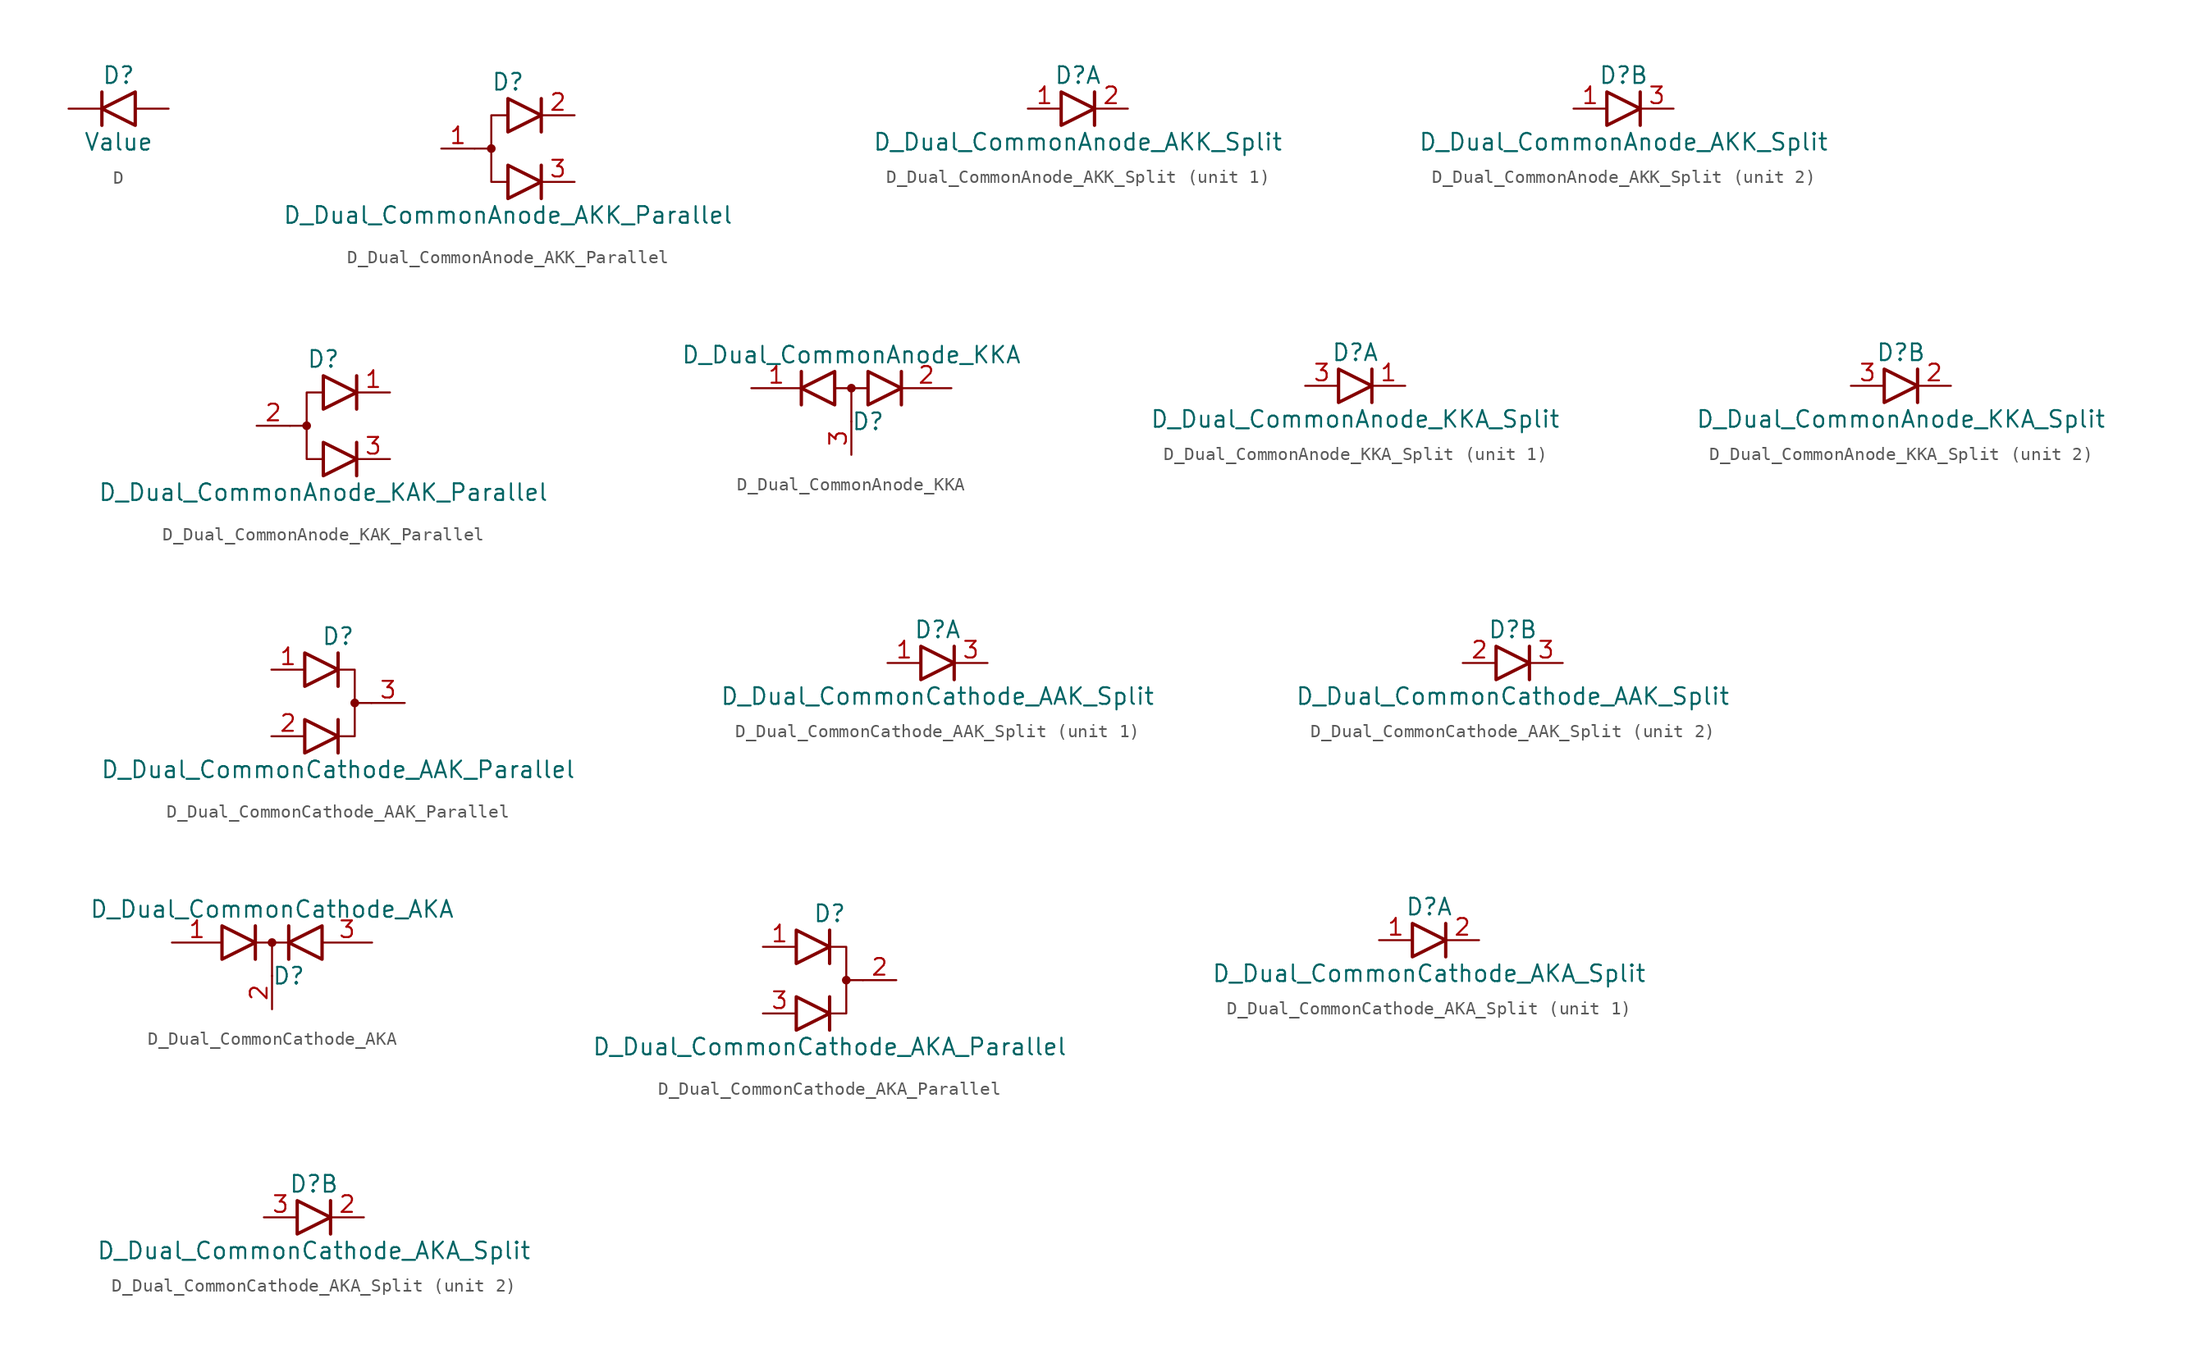
<source format=kicad_sym>
(kicad_symbol_lib
  (version 20241209)
  (generator "kicad_symbol_editor")
  (generator_version "9.0")
  (symbol "D"
    (pin_numbers
      (hide yes))
    (pin_names
      (offset 1.016)
      (hide yes))
    (property "Reference" "D"
      (at 0 2.54 0)
      (effects (font (size 1.27 1.27))))
    (property "Value" "Value"
      (at 0 -2.54 0)
      (effects (font (size 1.27 1.27))))
    (symbol "D_0_1"
      (polyline (pts (xy -1.27 1.27) (xy -1.27 -1.27)) (stroke (width 0.254) (type default)) (fill (type none)))
      (polyline (pts (xy 1.27 1.27) (xy 1.27 -1.27) (xy -1.27 0) (xy 1.27 1.27)) (stroke (width 0.254) (type default)) (fill (type none))))
    (symbol "D_1_1"
      (pin passive line (at -3.81 0 0) (length 2.54) (name "K" (effects (font (size 1.27 1.27)))) (number "1" (effects (font (size 1.27 1.27)))))
      (pin passive line (at 3.81 0 180) (length 2.54) (name "A" (effects (font (size 1.27 1.27)))) (number "2" (effects (font (size 1.27 1.27)))))))
  (symbol "D_Dual_CommonAnode_AKK_Parallel"
    (pin_names
      (offset 0.762)
      (hide yes))
    (property "Reference" "D"
      (at 0 5.08 0)
      (effects (font (size 1.27 1.27))))
    (property "Value" "D_Dual_CommonAnode_AKK_Parallel"
      (at 0 -5.08 0)
      (effects (font (size 1.27 1.27))))
    (symbol "D_Dual_CommonAnode_AKK_Parallel_0_0"
      (polyline (pts (xy 2.54 3.81) (xy 2.54 1.27)) (stroke (width 0.254) (type default)) (fill (type none)))
      (polyline (pts (xy 2.54 -1.27) (xy 2.54 -3.81)) (stroke (width 0.254) (type default)) (fill (type none))))
    (symbol "D_Dual_CommonAnode_AKK_Parallel_0_1"
      (circle (center -1.27 0) (radius 0.254) (stroke (width 0) (type default)) (fill (type outline)))
      (polyline (pts (xy -1.27 0) (xy -2.54 0)) (stroke (width 0) (type default)) (fill (type none)))
      (polyline (pts (xy 0 3.81) (xy 2.54 2.54) (xy 0 1.27) (xy 0 3.81) (xy 0 3.81) (xy 0 3.81)) (stroke (width 0.254) (type default)) (fill (type none)))
      (polyline (pts (xy 0 2.54) (xy -1.27 2.54) (xy -1.27 -2.54) (xy 0 -2.54)) (stroke (width 0) (type default)) (fill (type none)))
      (polyline (pts (xy 0 -1.27) (xy 2.54 -2.54) (xy 0 -3.81) (xy 0 -1.27) (xy 0 -1.27) (xy 0 -1.27)) (stroke (width 0.254) (type default)) (fill (type none)))
      (pin passive line (at -5.08 0 0) (length 2.54) (name "A" (effects (font (size 1.27 1.27)))) (number "1" (effects (font (size 1.27 1.27)))))
      (pin passive line (at 5.08 2.54 180) (length 2.54) (name "K" (effects (font (size 1.27 1.27)))) (number "2" (effects (font (size 1.27 1.27)))))
      (pin passive line (at 5.08 -2.54 180) (length 2.54) (name "K" (effects (font (size 1.27 1.27)))) (number "3" (effects (font (size 1.27 1.27)))))))
  (symbol "D_Dual_CommonAnode_AKK_Split"
    (pin_names
      (offset 0.762)
      (hide yes))
    (property "Reference" "D"
      (at 0 2.54 0)
      (effects (font (size 1.27 1.27))))
    (property "Value" "D_Dual_CommonAnode_AKK_Split"
      (at 0 -2.54 0)
      (effects (font (size 1.27 1.27))))
    (property "ki_locked" ""
      (at 0 0 0)
      (effects (font (size 1.27 1.27))))
    (symbol "D_Dual_CommonAnode_AKK_Split_0_0"
      (polyline (pts (xy 1.27 1.27) (xy 1.27 -1.27)) (stroke (width 0.254) (type default)) (fill (type none))))
    (symbol "D_Dual_CommonAnode_AKK_Split_0_1"
      (polyline (pts (xy -1.27 1.27) (xy 1.27 0) (xy -1.27 -1.27) (xy -1.27 1.27) (xy -1.27 1.27) (xy -1.27 1.27)) (stroke (width 0.254) (type default)) (fill (type none)))
      (pin passive line (at -3.81 0 0) (length 2.54) (name "A" (effects (font (size 1.27 1.27)))) (number "1" (effects (font (size 1.27 1.27))))))
    (symbol "D_Dual_CommonAnode_AKK_Split_1_1"
      (pin passive line (at 3.81 0 180) (length 2.54) (name "K" (effects (font (size 1.27 1.27)))) (number "2" (effects (font (size 1.27 1.27))))))
    (symbol "D_Dual_CommonAnode_AKK_Split_2_1"
      (pin passive line (at 3.81 0 180) (length 2.54) (name "K" (effects (font (size 1.27 1.27)))) (number "3" (effects (font (size 1.27 1.27)))))))
  (symbol "D_Dual_CommonAnode_KAK_Parallel"
    (pin_names
      (offset 0.762)
      (hide yes))
    (property "Reference" "D"
      (at 0 5.08 0)
      (effects (font (size 1.27 1.27))))
    (property "Value" "D_Dual_CommonAnode_KAK_Parallel"
      (at 0 -5.08 0)
      (effects (font (size 1.27 1.27))))
    (symbol "D_Dual_CommonAnode_KAK_Parallel_0_0"
      (polyline (pts (xy 2.54 3.81) (xy 2.54 1.27)) (stroke (width 0.254) (type default)) (fill (type none)))
      (polyline (pts (xy 2.54 -1.27) (xy 2.54 -3.81)) (stroke (width 0.254) (type default)) (fill (type none))))
    (symbol "D_Dual_CommonAnode_KAK_Parallel_0_1"
      (circle (center -1.27 0) (radius 0.254) (stroke (width 0) (type default)) (fill (type outline)))
      (polyline (pts (xy -1.27 0) (xy -2.54 0)) (stroke (width 0) (type default)) (fill (type none)))
      (polyline (pts (xy 0 3.81) (xy 2.54 2.54) (xy 0 1.27) (xy 0 3.81) (xy 0 3.81) (xy 0 3.81)) (stroke (width 0.254) (type default)) (fill (type none)))
      (polyline (pts (xy 0 2.54) (xy -1.27 2.54) (xy -1.27 -2.54) (xy 0 -2.54)) (stroke (width 0) (type default)) (fill (type none)))
      (polyline (pts (xy 0 -1.27) (xy 2.54 -2.54) (xy 0 -3.81) (xy 0 -1.27) (xy 0 -1.27) (xy 0 -1.27)) (stroke (width 0.254) (type default)) (fill (type none)))
      (pin passive line (at -5.08 0 0) (length 2.54) (name "A" (effects (font (size 1.27 1.27)))) (number "2" (effects (font (size 1.27 1.27)))))
      (pin passive line (at 5.08 2.54 180) (length 2.54) (name "K" (effects (font (size 1.27 1.27)))) (number "1" (effects (font (size 1.27 1.27)))))
      (pin passive line (at 5.08 -2.54 180) (length 2.54) (name "K" (effects (font (size 1.27 1.27)))) (number "3" (effects (font (size 1.27 1.27)))))))
  (symbol "D_Dual_CommonAnode_KKA"
    (pin_names
      (offset 0.762)
      (hide yes))
    (property "Reference" "D"
      (at 1.27 -2.54 0)
      (effects (font (size 1.27 1.27))))
    (property "Value" "D_Dual_CommonAnode_KKA"
      (at 0 2.54 0)
      (effects (font (size 1.27 1.27))))
    (symbol "D_Dual_CommonAnode_KKA_0_1"
      (polyline (pts (xy -3.81 1.27) (xy -3.81 -1.27) (xy -3.81 -1.27)) (stroke (width 0.254) (type default)) (fill (type none)))
      (polyline (pts (xy -1.27 0) (xy 1.27 0)) (stroke (width 0) (type default)) (fill (type none)))
      (polyline (pts (xy -1.27 -1.27) (xy -3.81 0) (xy -1.27 1.27) (xy -1.27 -1.27) (xy -1.27 -1.27) (xy -1.27 -1.27)) (stroke (width 0.254) (type default)) (fill (type none)))
      (polyline (pts (xy 0 0) (xy 0 -2.54)) (stroke (width 0) (type default)) (fill (type none)))
      (circle (center 0 0) (radius 0.254) (stroke (width 0) (type default)) (fill (type outline)))
      (polyline (pts (xy 1.27 1.27) (xy 3.81 0) (xy 1.27 -1.27) (xy 1.27 1.27) (xy 1.27 1.27) (xy 1.27 1.27)) (stroke (width 0.254) (type default)) (fill (type none)))
      (polyline (pts (xy 3.81 1.27) (xy 3.81 -1.27) (xy 3.81 -1.27)) (stroke (width 0.254) (type default)) (fill (type none)))
      (pin passive line (at -7.62 0 0) (length 3.81) (name "K" (effects (font (size 1.27 1.27)))) (number "1" (effects (font (size 1.27 1.27)))))
      (pin passive line (at 0 -5.08 90) (length 2.54) (name "A" (effects (font (size 1.27 1.27)))) (number "3" (effects (font (size 1.27 1.27)))))
      (pin passive line (at 7.62 0 180) (length 3.81) (name "K" (effects (font (size 1.27 1.27)))) (number "2" (effects (font (size 1.27 1.27)))))))
  (symbol "D_Dual_CommonAnode_KKA_Split"
    (pin_names
      (offset 0.762)
      (hide yes))
    (property "Reference" "D"
      (at 0 2.54 0)
      (effects (font (size 1.27 1.27))))
    (property "Value" "D_Dual_CommonAnode_KKA_Split"
      (at 0 -2.54 0)
      (effects (font (size 1.27 1.27))))
    (property "ki_locked" ""
      (at 0 0 0)
      (effects (font (size 1.27 1.27))))
    (symbol "D_Dual_CommonAnode_KKA_Split_0_0"
      (polyline (pts (xy 1.27 1.27) (xy 1.27 -1.27)) (stroke (width 0.254) (type default)) (fill (type none))))
    (symbol "D_Dual_CommonAnode_KKA_Split_0_1"
      (polyline (pts (xy -1.27 1.27) (xy 1.27 0) (xy -1.27 -1.27) (xy -1.27 1.27) (xy -1.27 1.27) (xy -1.27 1.27)) (stroke (width 0.254) (type default)) (fill (type none)))
      (pin passive line (at -3.81 0 0) (length 2.54) (name "A" (effects (font (size 1.27 1.27)))) (number "3" (effects (font (size 1.27 1.27))))))
    (symbol "D_Dual_CommonAnode_KKA_Split_1_1"
      (pin passive line (at 3.81 0 180) (length 2.54) (name "K" (effects (font (size 1.27 1.27)))) (number "1" (effects (font (size 1.27 1.27))))))
    (symbol "D_Dual_CommonAnode_KKA_Split_2_1"
      (pin passive line (at 3.81 0 180) (length 2.54) (name "K" (effects (font (size 1.27 1.27)))) (number "2" (effects (font (size 1.27 1.27)))))))
  (symbol "D_Dual_CommonCathode_AAK_Parallel"
    (pin_names
      (offset 0.762)
      (hide yes))
    (property "Reference" "D"
      (at 0 5.08 0)
      (effects (font (size 1.27 1.27))))
    (property "Value" "D_Dual_CommonCathode_AAK_Parallel"
      (at 0 -5.08 0)
      (effects (font (size 1.27 1.27))))
    (symbol "D_Dual_CommonCathode_AAK_Parallel_0_0"
      (polyline (pts (xy 0 1.27) (xy 0 3.81)) (stroke (width 0.254) (type default)) (fill (type none)))
      (polyline (pts (xy 0 -1.27) (xy 0 -3.81)) (stroke (width 0.254) (type default)) (fill (type none))))
    (symbol "D_Dual_CommonCathode_AAK_Parallel_0_1"
      (polyline (pts (xy -2.54 3.81) (xy 0 2.54) (xy -2.54 1.27) (xy -2.54 3.81) (xy -2.54 3.81) (xy -2.54 3.81)) (stroke (width 0.254) (type default)) (fill (type none)))
      (polyline (pts (xy -2.54 -1.27) (xy 0 -2.54) (xy -2.54 -3.81) (xy -2.54 -1.27) (xy -2.54 -1.27) (xy -2.54 -1.27)) (stroke (width 0.254) (type default)) (fill (type none)))
      (polyline (pts (xy 0 -2.54) (xy 1.27 -2.54) (xy 1.27 2.54) (xy 0 2.54)) (stroke (width 0) (type default)) (fill (type none)))
      (polyline (pts (xy 1.27 0) (xy 2.54 0)) (stroke (width 0) (type default)) (fill (type none)))
      (circle (center 1.27 0) (radius 0.254) (stroke (width 0) (type default)) (fill (type outline)))
      (pin passive line (at -5.08 2.54 0) (length 2.54) (name "A" (effects (font (size 1.27 1.27)))) (number "1" (effects (font (size 1.27 1.27)))))
      (pin passive line (at -5.08 -2.54 0) (length 2.54) (name "A" (effects (font (size 1.27 1.27)))) (number "2" (effects (font (size 1.27 1.27)))))
      (pin passive line (at 5.08 0 180) (length 2.54) (name "K" (effects (font (size 1.27 1.27)))) (number "3" (effects (font (size 1.27 1.27)))))))
  (symbol "D_Dual_CommonCathode_AAK_Split"
    (pin_names
      (offset 0.762)
      (hide yes))
    (property "Reference" "D"
      (at 0 2.54 0)
      (effects (font (size 1.27 1.27))))
    (property "Value" "D_Dual_CommonCathode_AAK_Split"
      (at 0 -2.54 0)
      (effects (font (size 1.27 1.27))))
    (property "ki_locked" ""
      (at 0 0 0)
      (effects (font (size 1.27 1.27))))
    (symbol "D_Dual_CommonCathode_AAK_Split_0_0"
      (polyline (pts (xy 1.27 1.27) (xy 1.27 -1.27)) (stroke (width 0.254) (type default)) (fill (type none))))
    (symbol "D_Dual_CommonCathode_AAK_Split_0_1"
      (polyline (pts (xy -1.27 1.27) (xy 1.27 0) (xy -1.27 -1.27) (xy -1.27 1.27) (xy -1.27 1.27) (xy -1.27 1.27)) (stroke (width 0.254) (type default)) (fill (type none)))
      (pin passive line (at 3.81 0 180) (length 2.54) (name "K" (effects (font (size 1.27 1.27)))) (number "3" (effects (font (size 1.27 1.27))))))
    (symbol "D_Dual_CommonCathode_AAK_Split_1_1"
      (pin passive line (at -3.81 0 0) (length 2.54) (name "A" (effects (font (size 1.27 1.27)))) (number "1" (effects (font (size 1.27 1.27))))))
    (symbol "D_Dual_CommonCathode_AAK_Split_2_1"
      (pin passive line (at -3.81 0 0) (length 2.54) (name "A" (effects (font (size 1.27 1.27)))) (number "2" (effects (font (size 1.27 1.27)))))))
  (symbol "D_Dual_CommonCathode_AKA"
    (pin_names
      (offset 0.762)
      (hide yes))
    (property "Reference" "D"
      (at 1.27 -2.54 0)
      (effects (font (size 1.27 1.27))))
    (property "Value" "D_Dual_CommonCathode_AKA"
      (at 0 2.54 0)
      (effects (font (size 1.27 1.27))))
    (symbol "D_Dual_CommonCathode_AKA_0_1"
      (polyline (pts (xy -3.81 1.27) (xy -1.27 0) (xy -3.81 -1.27) (xy -3.81 1.27) (xy -3.81 1.27) (xy -3.81 1.27)) (stroke (width 0.254) (type default)) (fill (type none)))
      (polyline (pts (xy -1.27 -1.27) (xy -1.27 1.27) (xy -1.27 1.27)) (stroke (width 0.254) (type default)) (fill (type none)))
      (polyline (pts (xy 0 0) (xy 0 -2.54)) (stroke (width 0) (type default)) (fill (type none)))
      (circle (center 0 0) (radius 0.254) (stroke (width 0) (type default)) (fill (type outline)))
      (polyline (pts (xy 1.27 0) (xy -1.27 0)) (stroke (width 0) (type default)) (fill (type none)))
      (polyline (pts (xy 1.27 -1.27) (xy 1.27 1.27) (xy 1.27 1.27)) (stroke (width 0.254) (type default)) (fill (type none)))
      (polyline (pts (xy 3.81 -1.27) (xy 1.27 0) (xy 3.81 1.27) (xy 3.81 -1.27) (xy 3.81 -1.27) (xy 3.81 -1.27)) (stroke (width 0.254) (type default)) (fill (type none)))
      (pin passive line (at -7.62 0 0) (length 3.81) (name "A" (effects (font (size 1.27 1.27)))) (number "1" (effects (font (size 1.27 1.27)))))
      (pin passive line (at 0 -5.08 90) (length 2.54) (name "K" (effects (font (size 1.27 1.27)))) (number "2" (effects (font (size 1.27 1.27)))))
      (pin passive line (at 7.62 0 180) (length 3.81) (name "A" (effects (font (size 1.27 1.27)))) (number "3" (effects (font (size 1.27 1.27)))))))
  (symbol "D_Dual_CommonCathode_AKA_Parallel"
    (pin_names
      (offset 0.762)
      (hide yes))
    (property "Reference" "D"
      (at 0 5.08 0)
      (effects (font (size 1.27 1.27))))
    (property "Value" "D_Dual_CommonCathode_AKA_Parallel"
      (at 0 -5.08 0)
      (effects (font (size 1.27 1.27))))
    (symbol "D_Dual_CommonCathode_AKA_Parallel_0_0"
      (polyline (pts (xy 0 3.81) (xy 0 1.27)) (stroke (width 0.254) (type default)) (fill (type none)))
      (polyline (pts (xy 0 -1.27) (xy 0 -3.81)) (stroke (width 0.254) (type default)) (fill (type none))))
    (symbol "D_Dual_CommonCathode_AKA_Parallel_0_1"
      (polyline (pts (xy -2.54 3.81) (xy 0 2.54) (xy -2.54 1.27) (xy -2.54 3.81) (xy -2.54 3.81) (xy -2.54 3.81)) (stroke (width 0.254) (type default)) (fill (type none)))
      (polyline (pts (xy -2.54 -1.27) (xy 0 -2.54) (xy -2.54 -3.81) (xy -2.54 -1.27) (xy -2.54 -1.27) (xy -2.54 -1.27)) (stroke (width 0.254) (type default)) (fill (type none)))
      (polyline (pts (xy 0 -2.54) (xy 1.27 -2.54) (xy 1.27 2.54) (xy 0 2.54)) (stroke (width 0) (type default)) (fill (type none)))
      (polyline (pts (xy 1.27 0) (xy 2.54 0)) (stroke (width 0) (type default)) (fill (type none)))
      (circle (center 1.27 0) (radius 0.254) (stroke (width 0) (type default)) (fill (type outline)))
      (pin passive line (at -5.08 2.54 0) (length 2.54) (name "A" (effects (font (size 1.27 1.27)))) (number "1" (effects (font (size 1.27 1.27)))))
      (pin passive line (at -5.08 -2.54 0) (length 2.54) (name "A" (effects (font (size 1.27 1.27)))) (number "3" (effects (font (size 1.27 1.27)))))
      (pin passive line (at 5.08 0 180) (length 2.54) (name "K" (effects (font (size 1.27 1.27)))) (number "2" (effects (font (size 1.27 1.27)))))))
  (symbol "D_Dual_CommonCathode_AKA_Split"
    (pin_names
      (offset 0.762)
      (hide yes))
    (property "Reference" "D"
      (at 0 2.54 0)
      (effects (font (size 1.27 1.27))))
    (property "Value" "D_Dual_CommonCathode_AKA_Split"
      (at 0 -2.54 0)
      (effects (font (size 1.27 1.27))))
    (property "ki_locked" ""
      (at 0 0 0)
      (effects (font (size 1.27 1.27))))
    (symbol "D_Dual_CommonCathode_AKA_Split_0_0"
      (polyline (pts (xy 1.27 1.27) (xy 1.27 -1.27)) (stroke (width 0.254) (type default)) (fill (type none))))
    (symbol "D_Dual_CommonCathode_AKA_Split_0_1"
      (polyline (pts (xy -1.27 1.27) (xy 1.27 0) (xy -1.27 -1.27) (xy -1.27 1.27) (xy -1.27 1.27) (xy -1.27 1.27)) (stroke (width 0.254) (type default)) (fill (type none)))
      (pin passive line (at 3.81 0 180) (length 2.54) (name "K" (effects (font (size 1.27 1.27)))) (number "2" (effects (font (size 1.27 1.27))))))
    (symbol "D_Dual_CommonCathode_AKA_Split_1_1"
      (pin passive line (at -3.81 0 0) (length 2.54) (name "A" (effects (font (size 1.27 1.27)))) (number "1" (effects (font (size 1.27 1.27))))))
    (symbol "D_Dual_CommonCathode_AKA_Split_2_1"
      (pin passive line (at -3.81 0 0) (length 2.54) (name "A" (effects (font (size 1.27 1.27)))) (number "3" (effects (font (size 1.27 1.27))))))))
</source>
